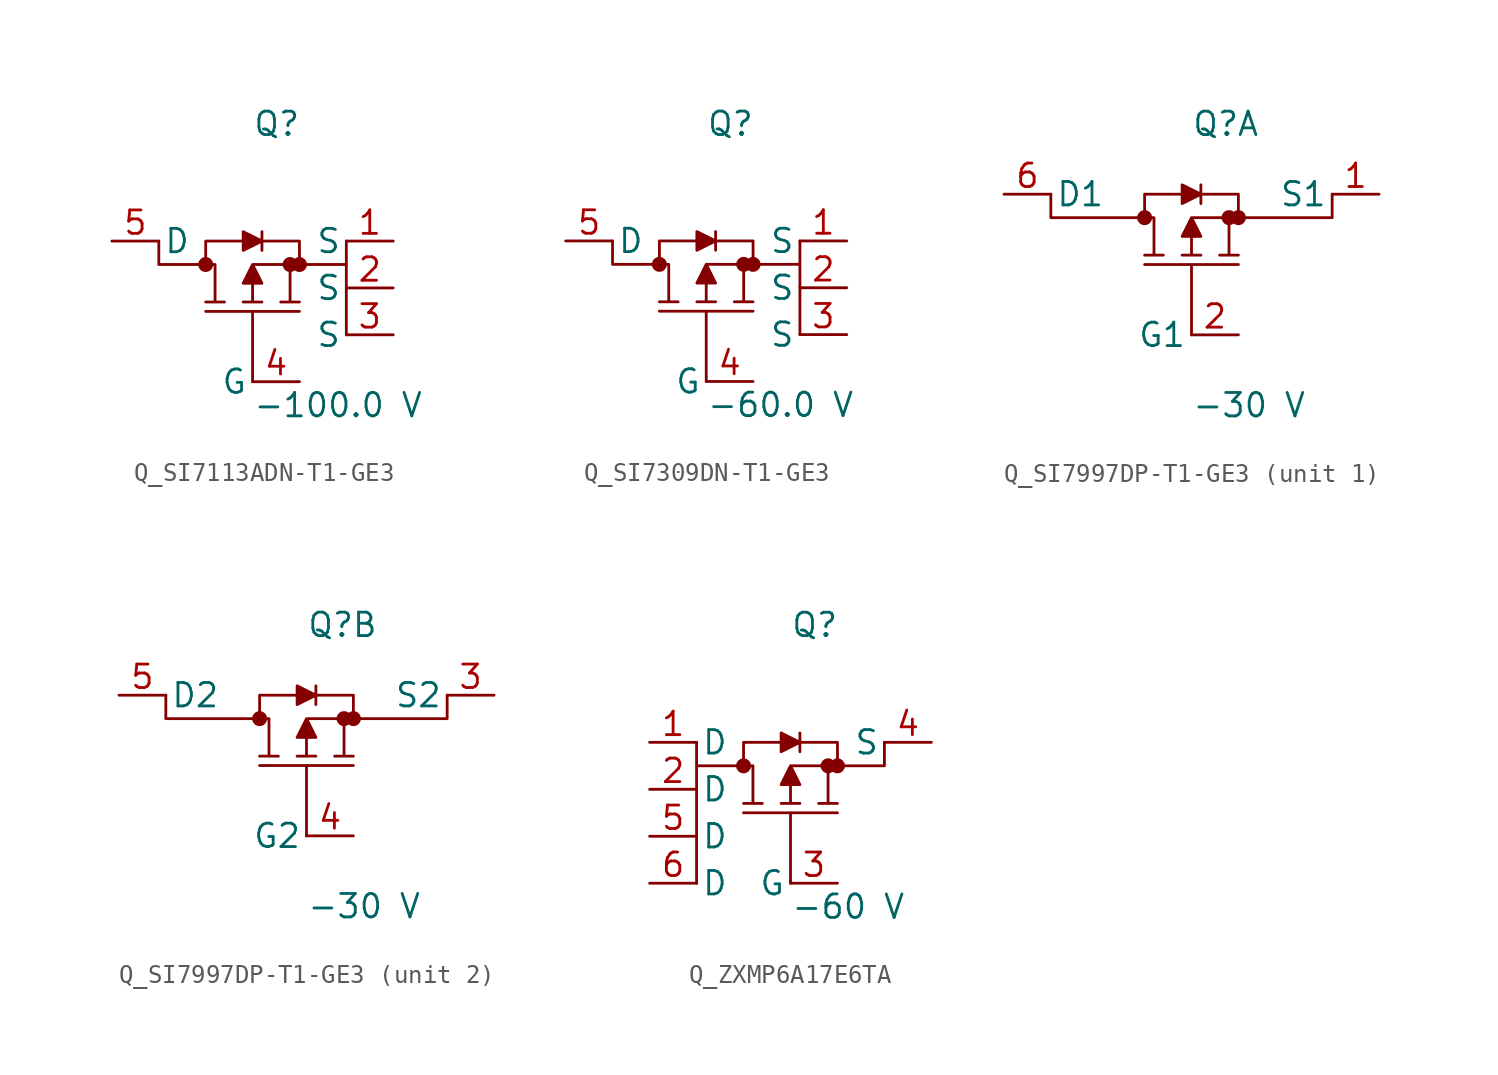
<source format=kicad_sym>
(kicad_symbol_lib
  (version 20231120)
  (generator kicad_symbol_editor)
  (generator_version 8.0)
  (symbol "Q_SI7113ADN-T1-GE3"
    (pin_names
      (offset 0.254))
    (property "Reference" "Q"
      (at 0.0 7.62 0)
      (effects (font (size 1.27 1.27)) (justify left)))
    (property "Value" "-100.0 V"
      (at 0.0 -7.62 0)
      (effects (font (size 1.27 1.27)) (justify left)))
    (symbol "Q_SI7113ADN-T1-GE3_1_0"
      (polyline (pts (xy 0 -6.35) (xy 0 -2.54) (xy -2.54 -2.54) (xy 2.54 -2.54) (xy 0 -2.54) (xy 0 -6.35)) (stroke (width 0) (type default)) (fill (type outline)))
      (polyline (pts (xy -5.08 1.27) (xy -5.08 0.0) (xy -2.54 0.0) (xy -2.032 0.0) (xy -2.032 -2.032) (xy -2.54 -2.032) (xy -1.524 -2.032) (xy -2.032 -2.032) (xy -2.032 0.0) (xy -2.54 0.0) (xy -2.54 1.27) (xy -0.508 1.27) (xy -0.508 0.762) (xy 0.508 1.27) (xy 0.508 0.762) (xy 0.508 1.27) (xy 2.54 1.27) (xy 2.54 0.0) (xy 0 0.0) (xy -0.508 -1.016) (xy 0 -1.016) (xy 0 -2.032) (xy -0.508 -2.032) (xy 0.508 -2.032) (xy 0 -2.032) (xy 0 -1.016) (xy 0.508 -1.016) (xy 0 0.0) (xy 2.032 0.0) (xy 2.032 -2.032) (xy 1.524 -2.032) (xy 2.54 -2.032) (xy 2.032 -2.032) (xy 2.032 0.0) (xy 2.54 0.0) (xy 5.08 0.0) (xy 5.08 -3.81) (xy 5.08 1.27) (xy 5.08 0.0) (xy 2.54 0.0) (xy 2.54 1.27) (xy 0.508 1.27) (xy 0.508 1.778) (xy 0.508 1.27) (xy -0.508 1.778) (xy -0.508 1.27) (xy -2.54 1.27) (xy -2.54 0.0) (xy -5.08 0.0) (xy -5.08 1.27)) (stroke (width 0) (type default)) (fill (type outline)))
      (circle (center -2.54 0.0) (radius 0.025) (stroke (width 0.381) (type default)) (fill (type none)))
      (circle (center 2.032 0.0) (radius 0.025) (stroke (width 0.381) (type default)) (fill (type none)))
      (circle (center 2.54 0.0) (radius 0.025) (stroke (width 0.381) (type default)) (fill (type none)))
      (pin unspecified line (at -7.62 1.27 0) (length 2.54) (name "D" (effects (font (size 1.27 1.27)))) (number "5" (effects (font (size 1.27 1.27)))))
      (pin unspecified line (at 7.62 1.27 180) (length 2.54) (name "S" (effects (font (size 1.27 1.27)))) (number "1" (effects (font (size 1.27 1.27)))))
      (pin unspecified line (at 7.62 -1.27 180) (length 2.54) (name "S" (effects (font (size 1.27 1.27)))) (number "2" (effects (font (size 1.27 1.27)))))
      (pin unspecified line (at 7.62 -3.81 180) (length 2.54) (name "S" (effects (font (size 1.27 1.27)))) (number "3" (effects (font (size 1.27 1.27)))))
      (pin unspecified line (at 2.54 -6.35 180) (length 2.54) (name "G" (effects (font (size 1.27 1.27)))) (number "4" (effects (font (size 1.27 1.27)))))))
  (symbol "Q_SI7309DN-T1-GE3"
    (pin_names
      (offset 0.254))
    (property "Reference" "Q"
      (at 0.0 7.62 0)
      (effects (font (size 1.27 1.27)) (justify left)))
    (property "Value" "-60.0 V"
      (at 0.0 -7.62 0)
      (effects (font (size 1.27 1.27)) (justify left)))
    (symbol "Q_SI7309DN-T1-GE3_1_0"
      (polyline (pts (xy 0 -6.35) (xy 0 -2.54) (xy -2.54 -2.54) (xy 2.54 -2.54) (xy 0 -2.54) (xy 0 -6.35)) (stroke (width 0) (type default)) (fill (type outline)))
      (polyline (pts (xy -5.08 1.27) (xy -5.08 0.0) (xy -2.54 0.0) (xy -2.032 0.0) (xy -2.032 -2.032) (xy -2.54 -2.032) (xy -1.524 -2.032) (xy -2.032 -2.032) (xy -2.032 0.0) (xy -2.54 0.0) (xy -2.54 1.27) (xy -0.508 1.27) (xy -0.508 0.762) (xy 0.508 1.27) (xy 0.508 0.762) (xy 0.508 1.27) (xy 2.54 1.27) (xy 2.54 0.0) (xy 0 0.0) (xy -0.508 -1.016) (xy 0 -1.016) (xy 0 -2.032) (xy -0.508 -2.032) (xy 0.508 -2.032) (xy 0 -2.032) (xy 0 -1.016) (xy 0.508 -1.016) (xy 0 0.0) (xy 2.032 0.0) (xy 2.032 -2.032) (xy 1.524 -2.032) (xy 2.54 -2.032) (xy 2.032 -2.032) (xy 2.032 0.0) (xy 2.54 0.0) (xy 5.08 0.0) (xy 5.08 -3.81) (xy 5.08 1.27) (xy 5.08 0.0) (xy 2.54 0.0) (xy 2.54 1.27) (xy 0.508 1.27) (xy 0.508 1.778) (xy 0.508 1.27) (xy -0.508 1.778) (xy -0.508 1.27) (xy -2.54 1.27) (xy -2.54 0.0) (xy -5.08 0.0) (xy -5.08 1.27)) (stroke (width 0) (type default)) (fill (type outline)))
      (circle (center -2.54 0.0) (radius 0.025) (stroke (width 0.381) (type default)) (fill (type none)))
      (circle (center 2.032 0.0) (radius 0.025) (stroke (width 0.381) (type default)) (fill (type none)))
      (circle (center 2.54 0.0) (radius 0.025) (stroke (width 0.381) (type default)) (fill (type none)))
      (pin unspecified line (at -7.62 1.27 0) (length 2.54) (name "D" (effects (font (size 1.27 1.27)))) (number "5" (effects (font (size 1.27 1.27)))))
      (pin unspecified line (at 7.62 1.27 180) (length 2.54) (name "S" (effects (font (size 1.27 1.27)))) (number "1" (effects (font (size 1.27 1.27)))))
      (pin unspecified line (at 7.62 -1.27 180) (length 2.54) (name "S" (effects (font (size 1.27 1.27)))) (number "2" (effects (font (size 1.27 1.27)))))
      (pin unspecified line (at 7.62 -3.81 180) (length 2.54) (name "S" (effects (font (size 1.27 1.27)))) (number "3" (effects (font (size 1.27 1.27)))))
      (pin unspecified line (at 2.54 -6.35 180) (length 2.54) (name "G" (effects (font (size 1.27 1.27)))) (number "4" (effects (font (size 1.27 1.27)))))))
  (symbol "Q_SI7997DP-T1-GE3"
    (pin_names
      (offset 0.254))
    (property "Reference" "Q"
      (at 0.0 7.62 0)
      (effects (font (size 1.27 1.27)) (justify left)))
    (property "Value" "-30 V"
      (at 0.0 -7.62 0)
      (effects (font (size 1.27 1.27)) (justify left)))
    (symbol "Q_SI7997DP-T1-GE3_1_0"
      (polyline (pts (xy 0 -3.81) (xy 0 0.0) (xy -2.54 0.0) (xy 2.54 0.0) (xy 0 0.0) (xy 0 -3.81)) (stroke (width 0) (type default)) (fill (type outline)))
      (polyline (pts (xy -7.62 3.81) (xy -7.62 2.54) (xy -2.54 2.54) (xy -2.032 2.54) (xy -2.032 0.508) (xy -2.54 0.508) (xy -1.524 0.508) (xy -2.032 0.508) (xy -2.032 2.54) (xy -2.54 2.54) (xy -2.54 3.81) (xy -0.508 3.81) (xy -0.508 3.302) (xy 0.508 3.81) (xy 0.508 3.302) (xy 0.508 3.81) (xy 2.54 3.81) (xy 2.54 2.54) (xy 0 2.54) (xy -0.508 1.524) (xy 0 1.524) (xy 0 0.508) (xy -0.508 0.508) (xy 0.508 0.508) (xy 0 0.508) (xy 0 1.524) (xy 0.508 1.524) (xy 0 2.54) (xy 2.032 2.54) (xy 2.032 0.508) (xy 1.524 0.508) (xy 2.54 0.508) (xy 2.032 0.508) (xy 2.032 2.54) (xy 2.54 2.54) (xy 7.62 2.54) (xy 7.62 3.81) (xy 7.62 3.81) (xy 7.62 2.54) (xy 2.54 2.54) (xy 2.54 3.81) (xy 0.508 3.81) (xy 0.508 4.318) (xy 0.508 3.81) (xy -0.508 4.318) (xy -0.508 3.81) (xy -2.54 3.81) (xy -2.54 2.54) (xy -7.62 2.54) (xy -7.62 3.81)) (stroke (width 0) (type default)) (fill (type outline)))
      (circle (center -2.54 2.54) (radius 0.025) (stroke (width 0.381) (type default)) (fill (type none)))
      (circle (center 2.032 2.54) (radius 0.025) (stroke (width 0.381) (type default)) (fill (type none)))
      (circle (center 2.54 2.54) (radius 0.025) (stroke (width 0.381) (type default)) (fill (type none)))
      (pin unspecified line (at 10.16 3.81 180) (length 2.54) (name "S1" (effects (font (size 1.27 1.27)))) (number "1" (effects (font (size 1.27 1.27)))))
      (pin unspecified line (at 2.54 -3.81 180) (length 2.54) (name "G1" (effects (font (size 1.27 1.27)))) (number "2" (effects (font (size 1.27 1.27)))))
      (pin unspecified line (at -10.16 3.81 0) (length 2.54) (name "D1" (effects (font (size 1.27 1.27)))) (number "6" (effects (font (size 1.27 1.27))))))
    (symbol "Q_SI7997DP-T1-GE3_2_0"
      (polyline (pts (xy 0 -3.81) (xy 0 0.0) (xy -2.54 0.0) (xy 2.54 0.0) (xy 0 0.0) (xy 0 -3.81)) (stroke (width 0) (type default)) (fill (type outline)))
      (polyline (pts (xy -7.62 3.81) (xy -7.62 2.54) (xy -2.54 2.54) (xy -2.032 2.54) (xy -2.032 0.508) (xy -2.54 0.508) (xy -1.524 0.508) (xy -2.032 0.508) (xy -2.032 2.54) (xy -2.54 2.54) (xy -2.54 3.81) (xy -0.508 3.81) (xy -0.508 3.302) (xy 0.508 3.81) (xy 0.508 3.302) (xy 0.508 3.81) (xy 2.54 3.81) (xy 2.54 2.54) (xy 0 2.54) (xy -0.508 1.524) (xy 0 1.524) (xy 0 0.508) (xy -0.508 0.508) (xy 0.508 0.508) (xy 0 0.508) (xy 0 1.524) (xy 0.508 1.524) (xy 0 2.54) (xy 2.032 2.54) (xy 2.032 0.508) (xy 1.524 0.508) (xy 2.54 0.508) (xy 2.032 0.508) (xy 2.032 2.54) (xy 2.54 2.54) (xy 7.62 2.54) (xy 7.62 3.81) (xy 7.62 3.81) (xy 7.62 2.54) (xy 2.54 2.54) (xy 2.54 3.81) (xy 0.508 3.81) (xy 0.508 4.318) (xy 0.508 3.81) (xy -0.508 4.318) (xy -0.508 3.81) (xy -2.54 3.81) (xy -2.54 2.54) (xy -7.62 2.54) (xy -7.62 3.81)) (stroke (width 0) (type default)) (fill (type outline)))
      (circle (center -2.54 2.54) (radius 0.025) (stroke (width 0.381) (type default)) (fill (type none)))
      (circle (center 2.032 2.54) (radius 0.025) (stroke (width 0.381) (type default)) (fill (type none)))
      (circle (center 2.54 2.54) (radius 0.025) (stroke (width 0.381) (type default)) (fill (type none)))
      (pin unspecified line (at 10.16 3.81 180) (length 2.54) (name "S2" (effects (font (size 1.27 1.27)))) (number "3" (effects (font (size 1.27 1.27)))))
      (pin unspecified line (at 2.54 -3.81 180) (length 2.54) (name "G2" (effects (font (size 1.27 1.27)))) (number "4" (effects (font (size 1.27 1.27)))))
      (pin unspecified line (at -10.16 3.81 0) (length 2.54) (name "D2" (effects (font (size 1.27 1.27)))) (number "5" (effects (font (size 1.27 1.27)))))))
  (symbol "Q_ZXMP6A17E6TA"
    (pin_names
      (offset 0.254))
    (property "Reference" "Q"
      (at 0.0 7.62 0)
      (effects (font (size 1.27 1.27)) (justify left)))
    (property "Value" "-60 V"
      (at 0.0 -7.62 0)
      (effects (font (size 1.27 1.27)) (justify left)))
    (symbol "Q_ZXMP6A17E6TA_1_0"
      (polyline (pts (xy 0 -6.35) (xy 0 -2.54) (xy -2.54 -2.54) (xy 2.54 -2.54) (xy 0 -2.54) (xy 0 -6.35)) (stroke (width 0) (type default)) (fill (type outline)))
      (polyline (pts (xy -5.08 1.27) (xy -5.08 -6.35) (xy -5.08 0.0) (xy -2.54 0.0) (xy -2.032 0.0) (xy -2.032 -2.032) (xy -2.54 -2.032) (xy -1.524 -2.032) (xy -2.032 -2.032) (xy -2.032 0.0) (xy -2.54 0.0) (xy -2.54 1.27) (xy -0.508 1.27) (xy -0.508 0.762) (xy 0.508 1.27) (xy 0.508 0.762) (xy 0.508 1.27) (xy 2.54 1.27) (xy 2.54 0.0) (xy 0 0.0) (xy -0.508 -1.016) (xy 0 -1.016) (xy 0 -2.032) (xy -0.508 -2.032) (xy 0.508 -2.032) (xy 0 -2.032) (xy 0 -1.016) (xy 0.508 -1.016) (xy 0 0.0) (xy 2.032 0.0) (xy 2.032 -2.032) (xy 1.524 -2.032) (xy 2.54 -2.032) (xy 2.032 -2.032) (xy 2.032 0.0) (xy 2.54 0.0) (xy 5.08 0.0) (xy 5.08 1.27) (xy 5.08 0.0) (xy 2.54 0.0) (xy 2.54 1.27) (xy 0.508 1.27) (xy 0.508 1.778) (xy 0.508 1.27) (xy -0.508 1.778) (xy -0.508 1.27) (xy -2.54 1.27) (xy -2.54 0.0) (xy -5.08 0.0)) (stroke (width 0) (type default)) (fill (type outline)))
      (circle (center -2.54 0.0) (radius 0.025) (stroke (width 0.381) (type default)) (fill (type none)))
      (circle (center 2.032 0.0) (radius 0.025) (stroke (width 0.381) (type default)) (fill (type none)))
      (circle (center 2.54 0.0) (radius 0.025) (stroke (width 0.381) (type default)) (fill (type none)))
      (pin unspecified line (at -7.62 1.27 0) (length 2.54) (name "D" (effects (font (size 1.27 1.27)))) (number "1" (effects (font (size 1.27 1.27)))))
      (pin unspecified line (at -7.62 -1.27 0) (length 2.54) (name "D" (effects (font (size 1.27 1.27)))) (number "2" (effects (font (size 1.27 1.27)))))
      (pin unspecified line (at -7.62 -3.81 0) (length 2.54) (name "D" (effects (font (size 1.27 1.27)))) (number "5" (effects (font (size 1.27 1.27)))))
      (pin unspecified line (at -7.62 -6.35 0) (length 2.54) (name "D" (effects (font (size 1.27 1.27)))) (number "6" (effects (font (size 1.27 1.27)))))
      (pin unspecified line (at 7.62 1.27 180) (length 2.54) (name "S" (effects (font (size 1.27 1.27)))) (number "4" (effects (font (size 1.27 1.27)))))
      (pin unspecified line (at 2.54 -6.35 180) (length 2.54) (name "G" (effects (font (size 1.27 1.27)))) (number "3" (effects (font (size 1.27 1.27))))))))
</source>
